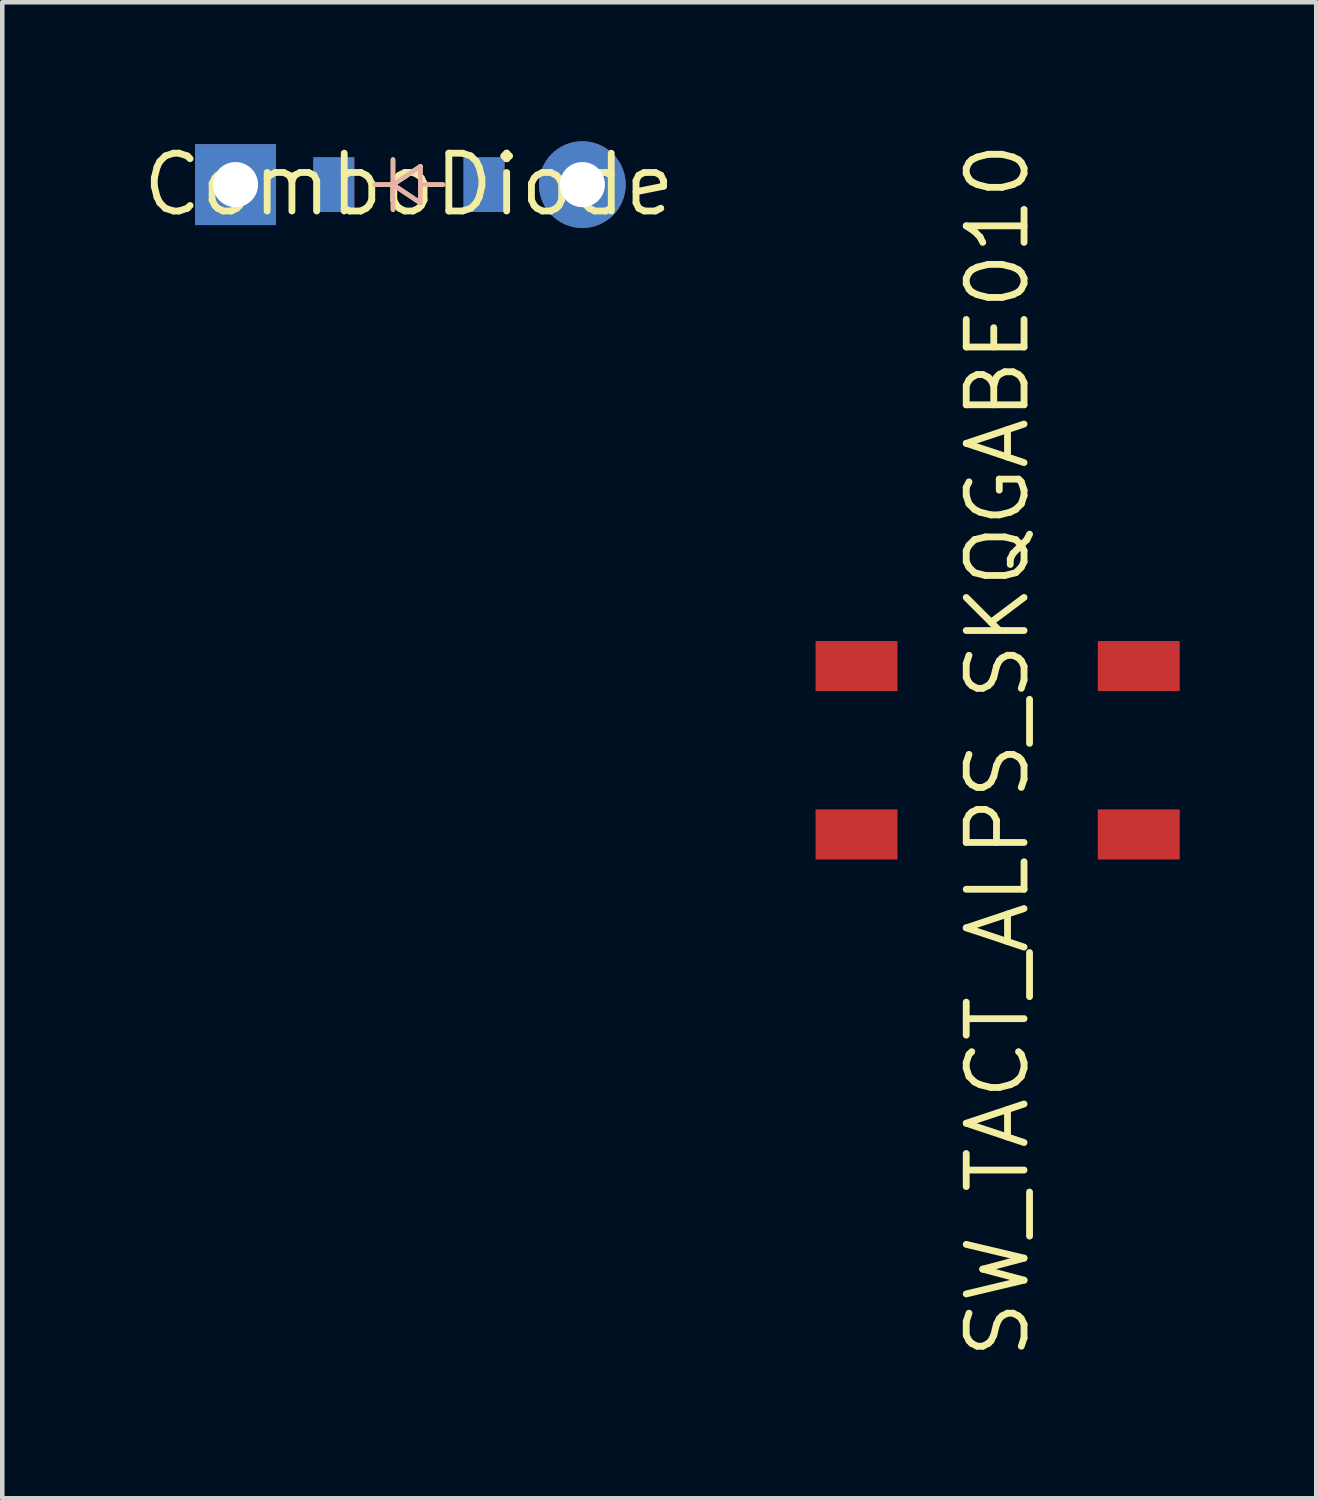
<source format=kicad_pcb>
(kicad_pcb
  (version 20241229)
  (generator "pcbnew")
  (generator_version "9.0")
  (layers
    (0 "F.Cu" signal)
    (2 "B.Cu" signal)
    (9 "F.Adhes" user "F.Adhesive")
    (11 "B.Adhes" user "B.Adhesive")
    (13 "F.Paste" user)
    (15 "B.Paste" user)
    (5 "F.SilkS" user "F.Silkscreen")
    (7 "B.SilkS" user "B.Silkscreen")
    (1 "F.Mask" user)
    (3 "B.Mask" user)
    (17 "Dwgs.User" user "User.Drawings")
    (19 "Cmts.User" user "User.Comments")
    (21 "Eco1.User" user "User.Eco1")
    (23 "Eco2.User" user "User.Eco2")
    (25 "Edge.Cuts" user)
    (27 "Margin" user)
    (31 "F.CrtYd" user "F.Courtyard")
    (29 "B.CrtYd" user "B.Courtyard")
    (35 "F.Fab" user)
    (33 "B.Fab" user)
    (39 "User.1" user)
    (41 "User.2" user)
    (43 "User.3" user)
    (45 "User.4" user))
  (footprint "SW_TACT_ALPS_SKQGABE010"
    (layer "F.Cu")
    (at 18.868 13.433)
    (property "Reference" "SW_TACT_ALPS_SKQGABE010" (at 0 0 90) (layer "F.SilkS") (effects (font (size 1.27 1.27) (thickness 0.15))))
    (attr through_hole)
    (pad "1" smd rect (at -3.1 -1.85 180) (size 1.8 1.1) (layers "F.Cu" "F.Mask" "F.Paste"))
    (pad "1" smd rect (at 3.1 -1.85 180) (size 1.8 1.1) (layers "F.Cu" "F.Mask" "F.Paste"))
    (pad "2" smd rect (at -3.1 1.85 180) (size 1.8 1.1) (layers "F.Cu" "F.Mask" "F.Paste"))
    (pad "2" smd rect (at 3.1 1.85 180) (size 1.8 1.1) (layers "F.Cu" "F.Mask" "F.Paste")))
  (footprint "ComboDiode"
    (layer "F.Cu")
    (at 5.934 1.006)
    (property "Reference" "ComboDiode" (at 0 0 0) (layer "F.SilkS") (effects (font (size 1.27 1.27) (thickness 0.15))))
    (attr through_hole)
    (fp_line (start -0.75 0) (end -0.35 0) (stroke (width 0.1) (type solid)) (layer "F.SilkS"))
    (fp_line (start -0.35 0) (end -0.35 -0.55) (stroke (width 0.1) (type solid)) (layer "F.SilkS"))
    (fp_line (start -0.35 0) (end -0.35 0.55) (stroke (width 0.1) (type solid)) (layer "F.SilkS"))
    (fp_line (start -0.35 0) (end 0.25 -0.4) (stroke (width 0.1) (type solid)) (layer "F.SilkS"))
    (fp_line (start 0.25 -0.4) (end 0.25 0.4) (stroke (width 0.1) (type solid)) (layer "F.SilkS"))
    (fp_line (start 0.25 0) (end 0.75 0) (stroke (width 0.1) (type solid)) (layer "F.SilkS"))
    (fp_line (start 0.25 0.4) (end -0.35 0) (stroke (width 0.1) (type solid)) (layer "F.SilkS"))
    (fp_line (start -0.75 0) (end -0.35 0) (stroke (width 0.1) (type solid)) (layer "B.SilkS"))
    (fp_line (start -0.35 0) (end -0.35 -0.55) (stroke (width 0.1) (type solid)) (layer "B.SilkS"))
    (fp_line (start -0.35 0) (end -0.35 0.55) (stroke (width 0.1) (type solid)) (layer "B.SilkS"))
    (fp_line (start -0.35 0) (end 0.25 -0.4) (stroke (width 0.1) (type solid)) (layer "B.SilkS"))
    (fp_line (start 0.25 -0.4) (end 0.25 0.4) (stroke (width 0.1) (type solid)) (layer "B.SilkS"))
    (fp_line (start 0.25 0) (end 0.75 0) (stroke (width 0.1) (type solid)) (layer "B.SilkS"))
    (fp_line (start 0.25 0.4) (end -0.35 0) (stroke (width 0.1) (type solid)) (layer "B.SilkS"))
    (pad "1" smd rect (at -1.65 0 180) (size 0.9 1.2) (layers "F.Cu" "F.Mask" "F.Paste"))
    (pad "1" smd rect (at -1.65 0 180) (size 0.9 1.2) (layers "B.Cu" "B.Mask" "B.Paste"))
    (pad "1" thru_hole circle (at 3.81 0 180) (size 1.905 1.905) (drill 0.991) (layers "*.Cu" "*.Mask"))
    (pad "2" thru_hole rect (at -3.81 0 180) (size 1.778 1.778) (drill 0.991) (layers "*.Cu" "*.Mask"))
    (pad "2" smd rect (at 1.65 0 180) (size 0.9 1.2) (layers "F.Cu" "F.Mask" "F.Paste"))
    (pad "2" smd rect (at 1.65 0 180) (size 0.9 1.2) (layers "B.Cu" "B.Mask" "B.Paste")))
  (gr_rect
    (start -3 -3)
    (end 25.868 29.866)
    (stroke (width 0.1) (type default))
    (fill no)
    (layer "Edge.Cuts")))
</source>
